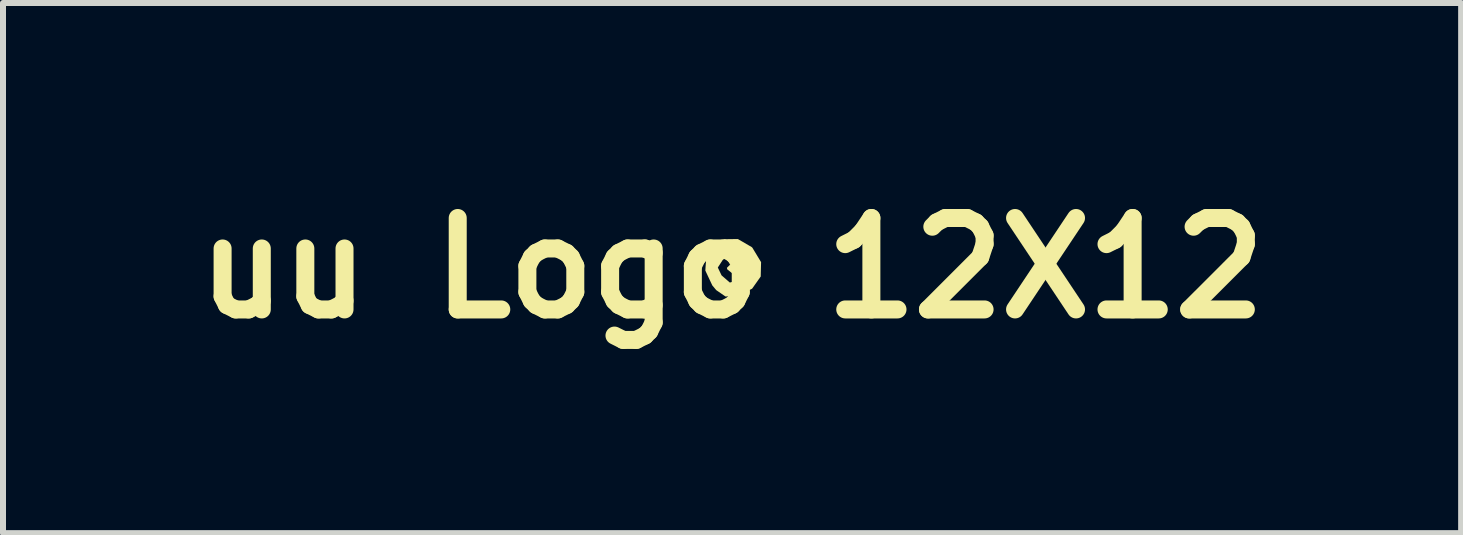
<source format=kicad_pcb>
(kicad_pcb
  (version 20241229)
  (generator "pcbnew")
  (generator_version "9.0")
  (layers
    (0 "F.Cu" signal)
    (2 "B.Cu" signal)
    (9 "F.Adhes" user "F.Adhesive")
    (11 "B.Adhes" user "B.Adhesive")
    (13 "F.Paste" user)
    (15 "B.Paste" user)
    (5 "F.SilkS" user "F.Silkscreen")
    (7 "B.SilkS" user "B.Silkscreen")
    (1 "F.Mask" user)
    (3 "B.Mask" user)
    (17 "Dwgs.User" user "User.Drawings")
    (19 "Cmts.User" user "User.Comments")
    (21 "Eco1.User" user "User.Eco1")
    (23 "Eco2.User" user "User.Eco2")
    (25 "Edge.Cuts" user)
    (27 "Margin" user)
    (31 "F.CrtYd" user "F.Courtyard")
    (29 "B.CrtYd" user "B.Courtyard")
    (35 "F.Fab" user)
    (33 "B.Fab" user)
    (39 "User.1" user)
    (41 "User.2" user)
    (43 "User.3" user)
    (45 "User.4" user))
  (footprint "uu Logo 12X12"
    (layer "F.Cu")
    (at 9.151 1.418)
    (property "Reference" "uu Logo 12X12" (at 0 0 0) (layer "F.SilkS") (effects (font (size 1.524 1.524) (thickness 0.3))))
    (attr board_only exclude_from_pos_files exclude_from_bom)
    (fp_poly (pts (xy 0 -0.042) (xy 0.081 0.034) (xy 0.085 0.047) (xy 0.019 0.084) (xy 0 0.085) (xy -0.081 0.02) (xy -0.085 -0.005) (xy -0.033 -0.056)) (stroke (width 0) (type solid)) (fill yes) (layer "F.SilkS"))
    (fp_poly (pts (xy 0.326 -0.351) (xy 0.339 -0.339) (xy 0.484 -0.099) (xy 0.478 0.141) (xy 0.334 0.344) (xy 0.075 0.467) (xy -0.109 0.474) (xy -0.264 0.367) (xy -0.329 0.289) (xy -0.445 0.042) (xy -0.442 -0.009) (xy -0.237 -0.009) (xy -0.176 0.119) (xy -0.173 0.123) (xy -0.037 0.241) (xy 0.086 0.211) (xy 0.152 0.152) (xy 0.242 0.008) (xy 0.254 -0.05) (xy 0.188 -0.169) (xy 0.037 -0.211) (xy -0.125 -0.16) (xy -0.156 -0.134) (xy -0.237 -0.009) (xy -0.442 -0.009) (xy -0.429 -0.188) (xy -0.312 -0.373) (xy -0.126 -0.481) (xy 0.097 -0.484)) (stroke (width 0) (type solid)) (fill yes) (layer "F.SilkS")))
  (gr_rect
    (start -3 -3)
    (end 21.303 5.836)
    (stroke (width 0.1) (type default))
    (fill no)
    (layer "Edge.Cuts")))
</source>
